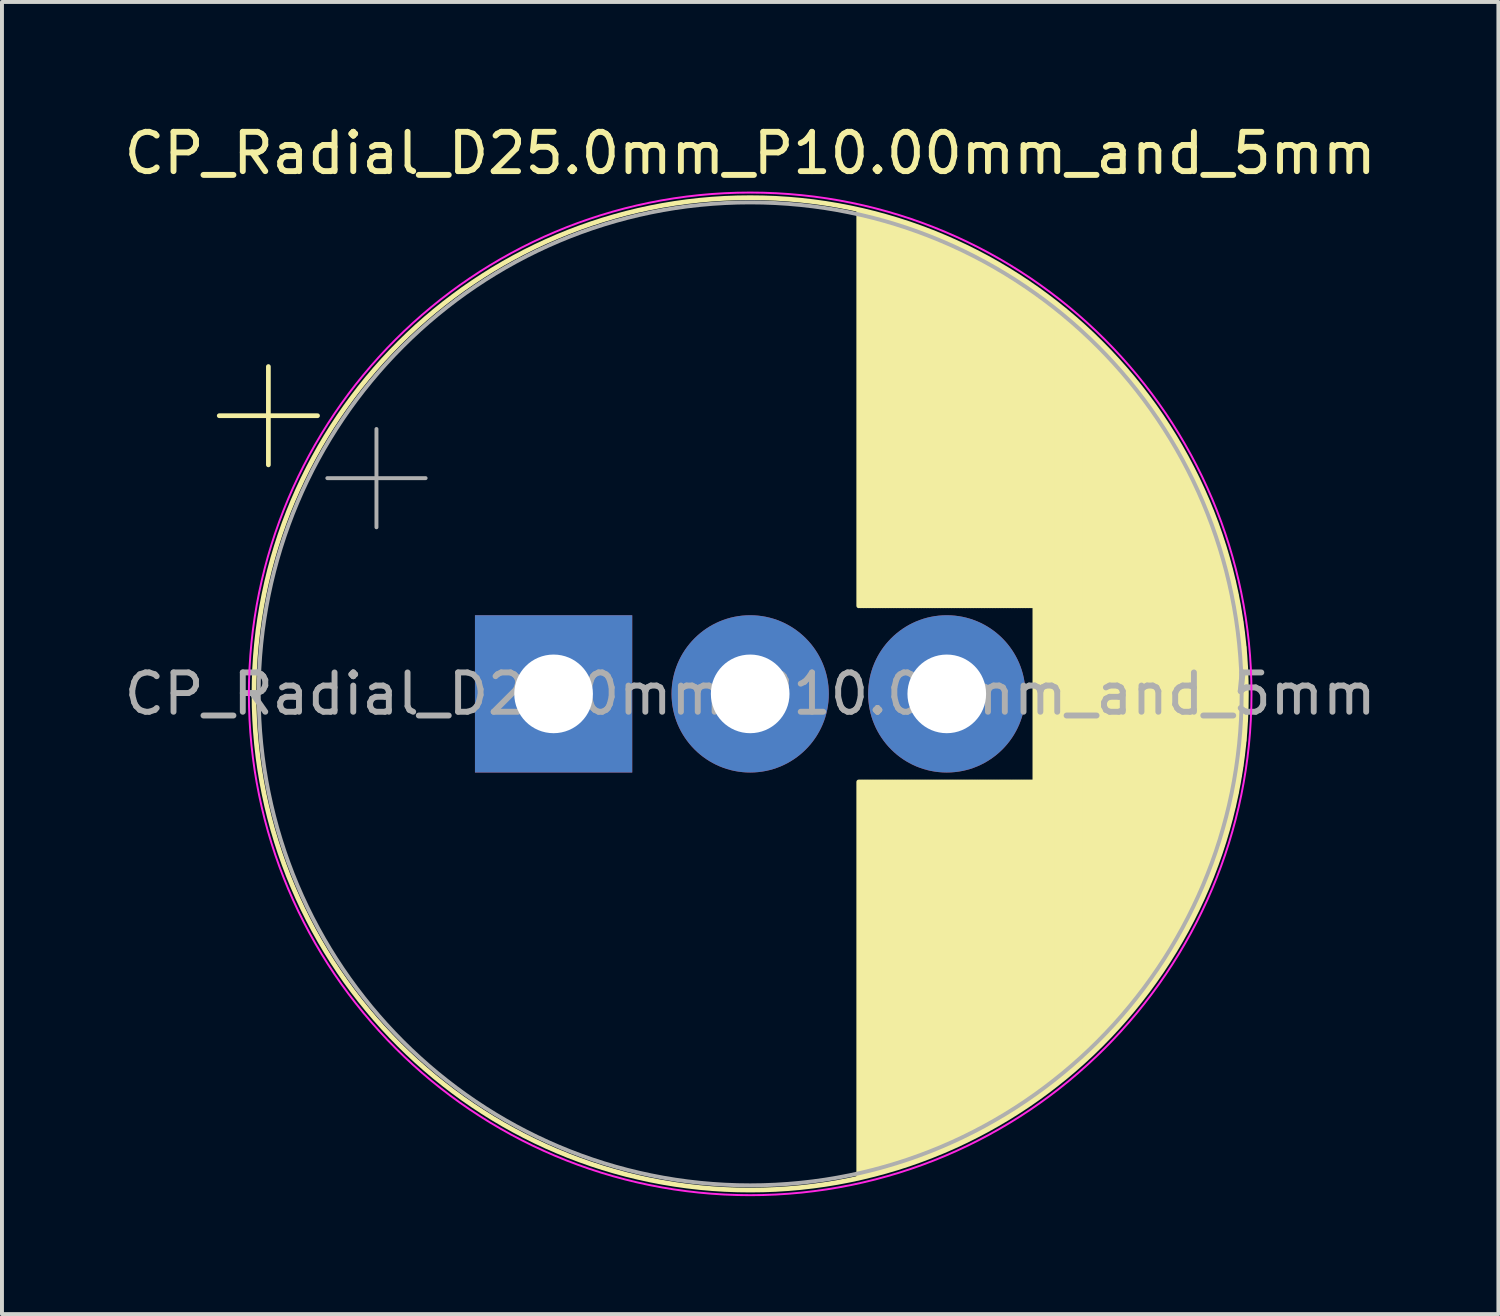
<source format=kicad_pcb>
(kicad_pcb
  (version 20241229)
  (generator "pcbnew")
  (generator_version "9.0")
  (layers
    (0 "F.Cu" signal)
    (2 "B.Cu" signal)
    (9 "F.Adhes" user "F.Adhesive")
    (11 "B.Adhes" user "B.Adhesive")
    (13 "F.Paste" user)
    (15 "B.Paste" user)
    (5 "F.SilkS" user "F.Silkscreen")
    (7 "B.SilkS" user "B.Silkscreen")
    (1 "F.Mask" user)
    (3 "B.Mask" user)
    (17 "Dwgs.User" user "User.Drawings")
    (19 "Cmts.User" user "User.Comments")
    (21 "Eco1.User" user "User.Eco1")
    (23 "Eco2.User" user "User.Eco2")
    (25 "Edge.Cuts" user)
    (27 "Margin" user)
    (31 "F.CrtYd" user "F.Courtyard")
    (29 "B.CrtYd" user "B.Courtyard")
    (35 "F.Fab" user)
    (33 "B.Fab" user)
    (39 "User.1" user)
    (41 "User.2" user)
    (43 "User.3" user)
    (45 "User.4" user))
  (footprint "CP_Radial_D25.0mm_P10.00mm_and_5mm"
    (layer "F.Cu")
    (at 11.03 14.598)
    (property "Reference" "CP_Radial_D25.0mm_P10.00mm_and_5mm" (at 5 -13.75 0) (layer "F.SilkS") (effects (font (size 1 1) (thickness 0.15))))
    (attr through_hole)
    (fp_line (start -8.504 -7.075) (end -6.004 -7.075) (stroke (width 0.12) (type solid)) (layer "F.SilkS"))
    (fp_line (start -7.254 -8.325) (end -7.254 -5.825) (stroke (width 0.12) (type solid)) (layer "F.SilkS"))
    (fp_line (start 7.761 -12.275) (end 7.761 -2.24) (stroke (width 0.12) (type solid)) (layer "F.SilkS"))
    (fp_line (start 7.761 2.24) (end 7.761 12.275) (stroke (width 0.12) (type solid)) (layer "F.SilkS"))
    (fp_line (start 7.801 -12.266) (end 7.801 -2.24) (stroke (width 0.12) (type solid)) (layer "F.SilkS"))
    (fp_line (start 7.801 2.24) (end 7.801 12.266) (stroke (width 0.12) (type solid)) (layer "F.SilkS"))
    (fp_line (start 7.841 -12.257) (end 7.841 -2.24) (stroke (width 0.12) (type solid)) (layer "F.SilkS"))
    (fp_line (start 7.841 2.24) (end 7.841 12.257) (stroke (width 0.12) (type solid)) (layer "F.SilkS"))
    (fp_line (start 7.881 -12.247) (end 7.881 -2.24) (stroke (width 0.12) (type solid)) (layer "F.SilkS"))
    (fp_line (start 7.881 2.24) (end 7.881 12.247) (stroke (width 0.12) (type solid)) (layer "F.SilkS"))
    (fp_line (start 7.921 -12.238) (end 7.921 -2.24) (stroke (width 0.12) (type solid)) (layer "F.SilkS"))
    (fp_line (start 7.921 2.24) (end 7.921 12.238) (stroke (width 0.12) (type solid)) (layer "F.SilkS"))
    (fp_line (start 7.961 -12.228) (end 7.961 -2.24) (stroke (width 0.12) (type solid)) (layer "F.SilkS"))
    (fp_line (start 7.961 2.24) (end 7.961 12.228) (stroke (width 0.12) (type solid)) (layer "F.SilkS"))
    (fp_line (start 8.001 -12.219) (end 8.001 -2.24) (stroke (width 0.12) (type solid)) (layer "F.SilkS"))
    (fp_line (start 8.001 2.24) (end 8.001 12.219) (stroke (width 0.12) (type solid)) (layer "F.SilkS"))
    (fp_line (start 8.041 -12.209) (end 8.041 -2.24) (stroke (width 0.12) (type solid)) (layer "F.SilkS"))
    (fp_line (start 8.041 2.24) (end 8.041 12.209) (stroke (width 0.12) (type solid)) (layer "F.SilkS"))
    (fp_line (start 8.081 -12.199) (end 8.081 -2.24) (stroke (width 0.12) (type solid)) (layer "F.SilkS"))
    (fp_line (start 8.081 2.24) (end 8.081 12.199) (stroke (width 0.12) (type solid)) (layer "F.SilkS"))
    (fp_line (start 8.121 -12.189) (end 8.121 -2.24) (stroke (width 0.12) (type solid)) (layer "F.SilkS"))
    (fp_line (start 8.121 2.24) (end 8.121 12.189) (stroke (width 0.12) (type solid)) (layer "F.SilkS"))
    (fp_line (start 8.161 -12.178) (end 8.161 -2.24) (stroke (width 0.12) (type solid)) (layer "F.SilkS"))
    (fp_line (start 8.161 2.24) (end 8.161 12.178) (stroke (width 0.12) (type solid)) (layer "F.SilkS"))
    (fp_line (start 8.201 -12.168) (end 8.201 -2.24) (stroke (width 0.12) (type solid)) (layer "F.SilkS"))
    (fp_line (start 8.201 2.24) (end 8.201 12.168) (stroke (width 0.12) (type solid)) (layer "F.SilkS"))
    (fp_line (start 8.241 -12.157) (end 8.241 -2.24) (stroke (width 0.12) (type solid)) (layer "F.SilkS"))
    (fp_line (start 8.241 2.24) (end 8.241 12.157) (stroke (width 0.12) (type solid)) (layer "F.SilkS"))
    (fp_line (start 8.281 -12.147) (end 8.281 -2.24) (stroke (width 0.12) (type solid)) (layer "F.SilkS"))
    (fp_line (start 8.281 2.24) (end 8.281 12.147) (stroke (width 0.12) (type solid)) (layer "F.SilkS"))
    (fp_line (start 8.321 -12.136) (end 8.321 -2.24) (stroke (width 0.12) (type solid)) (layer "F.SilkS"))
    (fp_line (start 8.321 2.24) (end 8.321 12.136) (stroke (width 0.12) (type solid)) (layer "F.SilkS"))
    (fp_line (start 8.361 -12.125) (end 8.361 -2.24) (stroke (width 0.12) (type solid)) (layer "F.SilkS"))
    (fp_line (start 8.361 2.24) (end 8.361 12.125) (stroke (width 0.12) (type solid)) (layer "F.SilkS"))
    (fp_line (start 8.401 -12.114) (end 8.401 -2.24) (stroke (width 0.12) (type solid)) (layer "F.SilkS"))
    (fp_line (start 8.401 2.24) (end 8.401 12.114) (stroke (width 0.12) (type solid)) (layer "F.SilkS"))
    (fp_line (start 8.441 -12.103) (end 8.441 -2.24) (stroke (width 0.12) (type solid)) (layer "F.SilkS"))
    (fp_line (start 8.441 2.24) (end 8.441 12.103) (stroke (width 0.12) (type solid)) (layer "F.SilkS"))
    (fp_line (start 8.481 -12.091) (end 8.481 -2.24) (stroke (width 0.12) (type solid)) (layer "F.SilkS"))
    (fp_line (start 8.481 2.24) (end 8.481 12.091) (stroke (width 0.12) (type solid)) (layer "F.SilkS"))
    (fp_line (start 8.521 -12.08) (end 8.521 -2.24) (stroke (width 0.12) (type solid)) (layer "F.SilkS"))
    (fp_line (start 8.521 2.24) (end 8.521 12.08) (stroke (width 0.12) (type solid)) (layer "F.SilkS"))
    (fp_line (start 8.561 -12.068) (end 8.561 -2.24) (stroke (width 0.12) (type solid)) (layer "F.SilkS"))
    (fp_line (start 8.561 2.24) (end 8.561 12.068) (stroke (width 0.12) (type solid)) (layer "F.SilkS"))
    (fp_line (start 8.601 -12.056) (end 8.601 -2.24) (stroke (width 0.12) (type solid)) (layer "F.SilkS"))
    (fp_line (start 8.601 2.24) (end 8.601 12.056) (stroke (width 0.12) (type solid)) (layer "F.SilkS"))
    (fp_line (start 8.641 -12.044) (end 8.641 -2.24) (stroke (width 0.12) (type solid)) (layer "F.SilkS"))
    (fp_line (start 8.641 2.24) (end 8.641 12.044) (stroke (width 0.12) (type solid)) (layer "F.SilkS"))
    (fp_line (start 8.681 -12.032) (end 8.681 -2.24) (stroke (width 0.12) (type solid)) (layer "F.SilkS"))
    (fp_line (start 8.681 2.24) (end 8.681 12.032) (stroke (width 0.12) (type solid)) (layer "F.SilkS"))
    (fp_line (start 8.721 -12.02) (end 8.721 -2.24) (stroke (width 0.12) (type solid)) (layer "F.SilkS"))
    (fp_line (start 8.721 2.24) (end 8.721 12.02) (stroke (width 0.12) (type solid)) (layer "F.SilkS"))
    (fp_line (start 8.761 -12.007) (end 8.761 -2.24) (stroke (width 0.12) (type solid)) (layer "F.SilkS"))
    (fp_line (start 8.761 2.24) (end 8.761 12.007) (stroke (width 0.12) (type solid)) (layer "F.SilkS"))
    (fp_line (start 8.801 -11.995) (end 8.801 -2.24) (stroke (width 0.12) (type solid)) (layer "F.SilkS"))
    (fp_line (start 8.801 2.24) (end 8.801 11.995) (stroke (width 0.12) (type solid)) (layer "F.SilkS"))
    (fp_line (start 8.841 -11.982) (end 8.841 -2.24) (stroke (width 0.12) (type solid)) (layer "F.SilkS"))
    (fp_line (start 8.841 2.24) (end 8.841 11.982) (stroke (width 0.12) (type solid)) (layer "F.SilkS"))
    (fp_line (start 8.881 -11.969) (end 8.881 -2.24) (stroke (width 0.12) (type solid)) (layer "F.SilkS"))
    (fp_line (start 8.881 2.24) (end 8.881 11.969) (stroke (width 0.12) (type solid)) (layer "F.SilkS"))
    (fp_line (start 8.921 -11.956) (end 8.921 -2.24) (stroke (width 0.12) (type solid)) (layer "F.SilkS"))
    (fp_line (start 8.921 2.24) (end 8.921 11.956) (stroke (width 0.12) (type solid)) (layer "F.SilkS"))
    (fp_line (start 8.961 -11.943) (end 8.961 -2.24) (stroke (width 0.12) (type solid)) (layer "F.SilkS"))
    (fp_line (start 8.961 2.24) (end 8.961 11.943) (stroke (width 0.12) (type solid)) (layer "F.SilkS"))
    (fp_line (start 9.001 -11.93) (end 9.001 -2.24) (stroke (width 0.12) (type solid)) (layer "F.SilkS"))
    (fp_line (start 9.001 2.24) (end 9.001 11.93) (stroke (width 0.12) (type solid)) (layer "F.SilkS"))
    (fp_line (start 9.041 -11.916) (end 9.041 -2.24) (stroke (width 0.12) (type solid)) (layer "F.SilkS"))
    (fp_line (start 9.041 2.24) (end 9.041 11.916) (stroke (width 0.12) (type solid)) (layer "F.SilkS"))
    (fp_line (start 9.081 -11.903) (end 9.081 -2.24) (stroke (width 0.12) (type solid)) (layer "F.SilkS"))
    (fp_line (start 9.081 2.24) (end 9.081 11.903) (stroke (width 0.12) (type solid)) (layer "F.SilkS"))
    (fp_line (start 9.121 -11.889) (end 9.121 -2.24) (stroke (width 0.12) (type solid)) (layer "F.SilkS"))
    (fp_line (start 9.121 2.24) (end 9.121 11.889) (stroke (width 0.12) (type solid)) (layer "F.SilkS"))
    (fp_line (start 9.161 -11.875) (end 9.161 -2.24) (stroke (width 0.12) (type solid)) (layer "F.SilkS"))
    (fp_line (start 9.161 2.24) (end 9.161 11.875) (stroke (width 0.12) (type solid)) (layer "F.SilkS"))
    (fp_line (start 9.201 -11.861) (end 9.201 -2.24) (stroke (width 0.12) (type solid)) (layer "F.SilkS"))
    (fp_line (start 9.201 2.24) (end 9.201 11.861) (stroke (width 0.12) (type solid)) (layer "F.SilkS"))
    (fp_line (start 9.241 -11.847) (end 9.241 -2.24) (stroke (width 0.12) (type solid)) (layer "F.SilkS"))
    (fp_line (start 9.241 2.24) (end 9.241 11.847) (stroke (width 0.12) (type solid)) (layer "F.SilkS"))
    (fp_line (start 9.281 -11.833) (end 9.281 -2.24) (stroke (width 0.12) (type solid)) (layer "F.SilkS"))
    (fp_line (start 9.281 2.24) (end 9.281 11.833) (stroke (width 0.12) (type solid)) (layer "F.SilkS"))
    (fp_line (start 9.321 -11.818) (end 9.321 -2.24) (stroke (width 0.12) (type solid)) (layer "F.SilkS"))
    (fp_line (start 9.321 2.24) (end 9.321 11.818) (stroke (width 0.12) (type solid)) (layer "F.SilkS"))
    (fp_line (start 9.361 -11.803) (end 9.361 -2.24) (stroke (width 0.12) (type solid)) (layer "F.SilkS"))
    (fp_line (start 9.361 2.24) (end 9.361 11.803) (stroke (width 0.12) (type solid)) (layer "F.SilkS"))
    (fp_line (start 9.401 -11.789) (end 9.401 -2.24) (stroke (width 0.12) (type solid)) (layer "F.SilkS"))
    (fp_line (start 9.401 2.24) (end 9.401 11.789) (stroke (width 0.12) (type solid)) (layer "F.SilkS"))
    (fp_line (start 9.441 -11.774) (end 9.441 -2.24) (stroke (width 0.12) (type solid)) (layer "F.SilkS"))
    (fp_line (start 9.441 2.24) (end 9.441 11.774) (stroke (width 0.12) (type solid)) (layer "F.SilkS"))
    (fp_line (start 9.481 -11.759) (end 9.481 -2.24) (stroke (width 0.12) (type solid)) (layer "F.SilkS"))
    (fp_line (start 9.481 2.24) (end 9.481 11.759) (stroke (width 0.12) (type solid)) (layer "F.SilkS"))
    (fp_line (start 9.521 -11.743) (end 9.521 -2.24) (stroke (width 0.12) (type solid)) (layer "F.SilkS"))
    (fp_line (start 9.521 2.24) (end 9.521 11.743) (stroke (width 0.12) (type solid)) (layer "F.SilkS"))
    (fp_line (start 9.561 -11.728) (end 9.561 -2.24) (stroke (width 0.12) (type solid)) (layer "F.SilkS"))
    (fp_line (start 9.561 2.24) (end 9.561 11.728) (stroke (width 0.12) (type solid)) (layer "F.SilkS"))
    (fp_line (start 9.601 -11.712) (end 9.601 -2.24) (stroke (width 0.12) (type solid)) (layer "F.SilkS"))
    (fp_line (start 9.601 2.24) (end 9.601 11.712) (stroke (width 0.12) (type solid)) (layer "F.SilkS"))
    (fp_line (start 9.641 -11.697) (end 9.641 -2.24) (stroke (width 0.12) (type solid)) (layer "F.SilkS"))
    (fp_line (start 9.641 2.24) (end 9.641 11.697) (stroke (width 0.12) (type solid)) (layer "F.SilkS"))
    (fp_line (start 9.681 -11.681) (end 9.681 -2.24) (stroke (width 0.12) (type solid)) (layer "F.SilkS"))
    (fp_line (start 9.681 2.24) (end 9.681 11.681) (stroke (width 0.12) (type solid)) (layer "F.SilkS"))
    (fp_line (start 9.721 -11.665) (end 9.721 -2.24) (stroke (width 0.12) (type solid)) (layer "F.SilkS"))
    (fp_line (start 9.721 2.24) (end 9.721 11.665) (stroke (width 0.12) (type solid)) (layer "F.SilkS"))
    (fp_line (start 9.761 -11.648) (end 9.761 -2.24) (stroke (width 0.12) (type solid)) (layer "F.SilkS"))
    (fp_line (start 9.761 2.24) (end 9.761 11.648) (stroke (width 0.12) (type solid)) (layer "F.SilkS"))
    (fp_line (start 9.801 -11.632) (end 9.801 -2.24) (stroke (width 0.12) (type solid)) (layer "F.SilkS"))
    (fp_line (start 9.801 2.24) (end 9.801 11.632) (stroke (width 0.12) (type solid)) (layer "F.SilkS"))
    (fp_line (start 9.841 -11.615) (end 9.841 -2.24) (stroke (width 0.12) (type solid)) (layer "F.SilkS"))
    (fp_line (start 9.841 2.24) (end 9.841 11.615) (stroke (width 0.12) (type solid)) (layer "F.SilkS"))
    (fp_line (start 9.881 -11.599) (end 9.881 -2.24) (stroke (width 0.12) (type solid)) (layer "F.SilkS"))
    (fp_line (start 9.881 2.24) (end 9.881 11.599) (stroke (width 0.12) (type solid)) (layer "F.SilkS"))
    (fp_line (start 9.921 -11.582) (end 9.921 -2.24) (stroke (width 0.12) (type solid)) (layer "F.SilkS"))
    (fp_line (start 9.921 2.24) (end 9.921 11.582) (stroke (width 0.12) (type solid)) (layer "F.SilkS"))
    (fp_line (start 9.961 -11.565) (end 9.961 -2.24) (stroke (width 0.12) (type solid)) (layer "F.SilkS"))
    (fp_line (start 9.961 2.24) (end 9.961 11.565) (stroke (width 0.12) (type solid)) (layer "F.SilkS"))
    (fp_line (start 10.001 -11.548) (end 10.001 -2.24) (stroke (width 0.12) (type solid)) (layer "F.SilkS"))
    (fp_line (start 10.001 2.24) (end 10.001 11.548) (stroke (width 0.12) (type solid)) (layer "F.SilkS"))
    (fp_line (start 10.041 -11.53) (end 10.041 -2.24) (stroke (width 0.12) (type solid)) (layer "F.SilkS"))
    (fp_line (start 10.041 2.24) (end 10.041 11.53) (stroke (width 0.12) (type solid)) (layer "F.SilkS"))
    (fp_line (start 10.081 -11.513) (end 10.081 -2.24) (stroke (width 0.12) (type solid)) (layer "F.SilkS"))
    (fp_line (start 10.081 2.24) (end 10.081 11.513) (stroke (width 0.12) (type solid)) (layer "F.SilkS"))
    (fp_line (start 10.121 -11.495) (end 10.121 -2.24) (stroke (width 0.12) (type solid)) (layer "F.SilkS"))
    (fp_line (start 10.121 2.24) (end 10.121 11.495) (stroke (width 0.12) (type solid)) (layer "F.SilkS"))
    (fp_line (start 10.161 -11.477) (end 10.161 -2.24) (stroke (width 0.12) (type solid)) (layer "F.SilkS"))
    (fp_line (start 10.161 2.24) (end 10.161 11.477) (stroke (width 0.12) (type solid)) (layer "F.SilkS"))
    (fp_line (start 10.201 -11.459) (end 10.201 -2.24) (stroke (width 0.12) (type solid)) (layer "F.SilkS"))
    (fp_line (start 10.201 2.24) (end 10.201 11.459) (stroke (width 0.12) (type solid)) (layer "F.SilkS"))
    (fp_line (start 10.241 -11.441) (end 10.241 -2.24) (stroke (width 0.12) (type solid)) (layer "F.SilkS"))
    (fp_line (start 10.241 2.24) (end 10.241 11.441) (stroke (width 0.12) (type solid)) (layer "F.SilkS"))
    (fp_line (start 10.281 -11.423) (end 10.281 -2.24) (stroke (width 0.12) (type solid)) (layer "F.SilkS"))
    (fp_line (start 10.281 2.24) (end 10.281 11.423) (stroke (width 0.12) (type solid)) (layer "F.SilkS"))
    (fp_line (start 10.321 -11.404) (end 10.321 -2.24) (stroke (width 0.12) (type solid)) (layer "F.SilkS"))
    (fp_line (start 10.321 2.24) (end 10.321 11.404) (stroke (width 0.12) (type solid)) (layer "F.SilkS"))
    (fp_line (start 10.361 -11.386) (end 10.361 -2.24) (stroke (width 0.12) (type solid)) (layer "F.SilkS"))
    (fp_line (start 10.361 2.24) (end 10.361 11.386) (stroke (width 0.12) (type solid)) (layer "F.SilkS"))
    (fp_line (start 10.401 -11.367) (end 10.401 -2.24) (stroke (width 0.12) (type solid)) (layer "F.SilkS"))
    (fp_line (start 10.401 2.24) (end 10.401 11.367) (stroke (width 0.12) (type solid)) (layer "F.SilkS"))
    (fp_line (start 10.441 -11.348) (end 10.441 -2.24) (stroke (width 0.12) (type solid)) (layer "F.SilkS"))
    (fp_line (start 10.441 2.24) (end 10.441 11.348) (stroke (width 0.12) (type solid)) (layer "F.SilkS"))
    (fp_line (start 10.481 -11.329) (end 10.481 -2.24) (stroke (width 0.12) (type solid)) (layer "F.SilkS"))
    (fp_line (start 10.481 2.24) (end 10.481 11.329) (stroke (width 0.12) (type solid)) (layer "F.SilkS"))
    (fp_line (start 10.521 -11.309) (end 10.521 -2.24) (stroke (width 0.12) (type solid)) (layer "F.SilkS"))
    (fp_line (start 10.521 2.24) (end 10.521 11.309) (stroke (width 0.12) (type solid)) (layer "F.SilkS"))
    (fp_line (start 10.561 -11.29) (end 10.561 -2.24) (stroke (width 0.12) (type solid)) (layer "F.SilkS"))
    (fp_line (start 10.561 2.24) (end 10.561 11.29) (stroke (width 0.12) (type solid)) (layer "F.SilkS"))
    (fp_line (start 10.601 -11.27) (end 10.601 -2.24) (stroke (width 0.12) (type solid)) (layer "F.SilkS"))
    (fp_line (start 10.601 2.24) (end 10.601 11.27) (stroke (width 0.12) (type solid)) (layer "F.SilkS"))
    (fp_line (start 10.641 -11.25) (end 10.641 -2.24) (stroke (width 0.12) (type solid)) (layer "F.SilkS"))
    (fp_line (start 10.641 2.24) (end 10.641 11.25) (stroke (width 0.12) (type solid)) (layer "F.SilkS"))
    (fp_line (start 10.681 -11.23) (end 10.681 -2.24) (stroke (width 0.12) (type solid)) (layer "F.SilkS"))
    (fp_line (start 10.681 2.24) (end 10.681 11.23) (stroke (width 0.12) (type solid)) (layer "F.SilkS"))
    (fp_line (start 10.721 -11.21) (end 10.721 -2.24) (stroke (width 0.12) (type solid)) (layer "F.SilkS"))
    (fp_line (start 10.721 2.24) (end 10.721 11.21) (stroke (width 0.12) (type solid)) (layer "F.SilkS"))
    (fp_line (start 10.761 -11.189) (end 10.761 -2.24) (stroke (width 0.12) (type solid)) (layer "F.SilkS"))
    (fp_line (start 10.761 2.24) (end 10.761 11.189) (stroke (width 0.12) (type solid)) (layer "F.SilkS"))
    (fp_line (start 10.801 -11.169) (end 10.801 -2.24) (stroke (width 0.12) (type solid)) (layer "F.SilkS"))
    (fp_line (start 10.801 2.24) (end 10.801 11.169) (stroke (width 0.12) (type solid)) (layer "F.SilkS"))
    (fp_line (start 10.841 -11.148) (end 10.841 -2.24) (stroke (width 0.12) (type solid)) (layer "F.SilkS"))
    (fp_line (start 10.841 2.24) (end 10.841 11.148) (stroke (width 0.12) (type solid)) (layer "F.SilkS"))
    (fp_line (start 10.881 -11.127) (end 10.881 -2.24) (stroke (width 0.12) (type solid)) (layer "F.SilkS"))
    (fp_line (start 10.881 2.24) (end 10.881 11.127) (stroke (width 0.12) (type solid)) (layer "F.SilkS"))
    (fp_line (start 10.921 -11.106) (end 10.921 -2.24) (stroke (width 0.12) (type solid)) (layer "F.SilkS"))
    (fp_line (start 10.921 2.24) (end 10.921 11.106) (stroke (width 0.12) (type solid)) (layer "F.SilkS"))
    (fp_line (start 10.961 -11.084) (end 10.961 -2.24) (stroke (width 0.12) (type solid)) (layer "F.SilkS"))
    (fp_line (start 10.961 2.24) (end 10.961 11.084) (stroke (width 0.12) (type solid)) (layer "F.SilkS"))
    (fp_line (start 11.001 -11.063) (end 11.001 -2.24) (stroke (width 0.12) (type solid)) (layer "F.SilkS"))
    (fp_line (start 11.001 2.24) (end 11.001 11.063) (stroke (width 0.12) (type solid)) (layer "F.SilkS"))
    (fp_line (start 11.041 -11.041) (end 11.041 -2.24) (stroke (width 0.12) (type solid)) (layer "F.SilkS"))
    (fp_line (start 11.041 2.24) (end 11.041 11.041) (stroke (width 0.12) (type solid)) (layer "F.SilkS"))
    (fp_line (start 11.081 -11.019) (end 11.081 -2.24) (stroke (width 0.12) (type solid)) (layer "F.SilkS"))
    (fp_line (start 11.081 2.24) (end 11.081 11.019) (stroke (width 0.12) (type solid)) (layer "F.SilkS"))
    (fp_line (start 11.121 -10.997) (end 11.121 -2.24) (stroke (width 0.12) (type solid)) (layer "F.SilkS"))
    (fp_line (start 11.121 2.24) (end 11.121 10.997) (stroke (width 0.12) (type solid)) (layer "F.SilkS"))
    (fp_line (start 11.161 -10.975) (end 11.161 -2.24) (stroke (width 0.12) (type solid)) (layer "F.SilkS"))
    (fp_line (start 11.161 2.24) (end 11.161 10.975) (stroke (width 0.12) (type solid)) (layer "F.SilkS"))
    (fp_line (start 11.201 -10.953) (end 11.201 -2.24) (stroke (width 0.12) (type solid)) (layer "F.SilkS"))
    (fp_line (start 11.201 2.24) (end 11.201 10.953) (stroke (width 0.12) (type solid)) (layer "F.SilkS"))
    (fp_line (start 11.241 -10.93) (end 11.241 -2.24) (stroke (width 0.12) (type solid)) (layer "F.SilkS"))
    (fp_line (start 11.241 2.24) (end 11.241 10.93) (stroke (width 0.12) (type solid)) (layer "F.SilkS"))
    (fp_line (start 11.281 -10.907) (end 11.281 -2.24) (stroke (width 0.12) (type solid)) (layer "F.SilkS"))
    (fp_line (start 11.281 2.24) (end 11.281 10.907) (stroke (width 0.12) (type solid)) (layer "F.SilkS"))
    (fp_line (start 11.321 -10.884) (end 11.321 -2.24) (stroke (width 0.12) (type solid)) (layer "F.SilkS"))
    (fp_line (start 11.321 2.24) (end 11.321 10.884) (stroke (width 0.12) (type solid)) (layer "F.SilkS"))
    (fp_line (start 11.361 -10.861) (end 11.361 -2.24) (stroke (width 0.12) (type solid)) (layer "F.SilkS"))
    (fp_line (start 11.361 2.24) (end 11.361 10.861) (stroke (width 0.12) (type solid)) (layer "F.SilkS"))
    (fp_line (start 11.401 -10.837) (end 11.401 -2.24) (stroke (width 0.12) (type solid)) (layer "F.SilkS"))
    (fp_line (start 11.401 2.24) (end 11.401 10.837) (stroke (width 0.12) (type solid)) (layer "F.SilkS"))
    (fp_line (start 11.441 -10.814) (end 11.441 -2.24) (stroke (width 0.12) (type solid)) (layer "F.SilkS"))
    (fp_line (start 11.441 2.24) (end 11.441 10.814) (stroke (width 0.12) (type solid)) (layer "F.SilkS"))
    (fp_line (start 11.481 -10.79) (end 11.481 -2.24) (stroke (width 0.12) (type solid)) (layer "F.SilkS"))
    (fp_line (start 11.481 2.24) (end 11.481 10.79) (stroke (width 0.12) (type solid)) (layer "F.SilkS"))
    (fp_line (start 11.521 -10.766) (end 11.521 -2.24) (stroke (width 0.12) (type solid)) (layer "F.SilkS"))
    (fp_line (start 11.521 2.24) (end 11.521 10.766) (stroke (width 0.12) (type solid)) (layer "F.SilkS"))
    (fp_line (start 11.561 -10.742) (end 11.561 -2.24) (stroke (width 0.12) (type solid)) (layer "F.SilkS"))
    (fp_line (start 11.561 2.24) (end 11.561 10.742) (stroke (width 0.12) (type solid)) (layer "F.SilkS"))
    (fp_line (start 11.601 -10.717) (end 11.601 -2.24) (stroke (width 0.12) (type solid)) (layer "F.SilkS"))
    (fp_line (start 11.601 2.24) (end 11.601 10.717) (stroke (width 0.12) (type solid)) (layer "F.SilkS"))
    (fp_line (start 11.641 -10.692) (end 11.641 -2.24) (stroke (width 0.12) (type solid)) (layer "F.SilkS"))
    (fp_line (start 11.641 2.24) (end 11.641 10.692) (stroke (width 0.12) (type solid)) (layer "F.SilkS"))
    (fp_line (start 11.681 -10.668) (end 11.681 -2.24) (stroke (width 0.12) (type solid)) (layer "F.SilkS"))
    (fp_line (start 11.681 2.24) (end 11.681 10.668) (stroke (width 0.12) (type solid)) (layer "F.SilkS"))
    (fp_line (start 11.721 -10.643) (end 11.721 -2.24) (stroke (width 0.12) (type solid)) (layer "F.SilkS"))
    (fp_line (start 11.721 2.24) (end 11.721 10.643) (stroke (width 0.12) (type solid)) (layer "F.SilkS"))
    (fp_line (start 11.761 -10.617) (end 11.761 -2.24) (stroke (width 0.12) (type solid)) (layer "F.SilkS"))
    (fp_line (start 11.761 2.24) (end 11.761 10.617) (stroke (width 0.12) (type solid)) (layer "F.SilkS"))
    (fp_line (start 11.801 -10.592) (end 11.801 -2.24) (stroke (width 0.12) (type solid)) (layer "F.SilkS"))
    (fp_line (start 11.801 2.24) (end 11.801 10.592) (stroke (width 0.12) (type solid)) (layer "F.SilkS"))
    (fp_line (start 11.841 -10.566) (end 11.841 -2.24) (stroke (width 0.12) (type solid)) (layer "F.SilkS"))
    (fp_line (start 11.841 2.24) (end 11.841 10.566) (stroke (width 0.12) (type solid)) (layer "F.SilkS"))
    (fp_line (start 11.881 -10.54) (end 11.881 -2.24) (stroke (width 0.12) (type solid)) (layer "F.SilkS"))
    (fp_line (start 11.881 2.24) (end 11.881 10.54) (stroke (width 0.12) (type solid)) (layer "F.SilkS"))
    (fp_line (start 11.921 -10.514) (end 11.921 -2.24) (stroke (width 0.12) (type solid)) (layer "F.SilkS"))
    (fp_line (start 11.921 2.24) (end 11.921 10.514) (stroke (width 0.12) (type solid)) (layer "F.SilkS"))
    (fp_line (start 11.961 -10.488) (end 11.961 -2.24) (stroke (width 0.12) (type solid)) (layer "F.SilkS"))
    (fp_line (start 11.961 2.24) (end 11.961 10.488) (stroke (width 0.12) (type solid)) (layer "F.SilkS"))
    (fp_line (start 12.001 -10.461) (end 12.001 -2.24) (stroke (width 0.12) (type solid)) (layer "F.SilkS"))
    (fp_line (start 12.001 2.24) (end 12.001 10.461) (stroke (width 0.12) (type solid)) (layer "F.SilkS"))
    (fp_line (start 12.041 -10.434) (end 12.041 -2.24) (stroke (width 0.12) (type solid)) (layer "F.SilkS"))
    (fp_line (start 12.041 2.24) (end 12.041 10.434) (stroke (width 0.12) (type solid)) (layer "F.SilkS"))
    (fp_line (start 12.081 -10.407) (end 12.081 -2.24) (stroke (width 0.12) (type solid)) (layer "F.SilkS"))
    (fp_line (start 12.081 2.24) (end 12.081 10.407) (stroke (width 0.12) (type solid)) (layer "F.SilkS"))
    (fp_line (start 12.121 -10.38) (end 12.121 -2.24) (stroke (width 0.12) (type solid)) (layer "F.SilkS"))
    (fp_line (start 12.121 2.24) (end 12.121 10.38) (stroke (width 0.12) (type solid)) (layer "F.SilkS"))
    (fp_line (start 12.161 -10.353) (end 12.161 -2.24) (stroke (width 0.12) (type solid)) (layer "F.SilkS"))
    (fp_line (start 12.161 2.24) (end 12.161 10.353) (stroke (width 0.12) (type solid)) (layer "F.SilkS"))
    (fp_line (start 12.201 -10.325) (end 12.201 -2.24) (stroke (width 0.12) (type solid)) (layer "F.SilkS"))
    (fp_line (start 12.201 2.24) (end 12.201 10.325) (stroke (width 0.12) (type solid)) (layer "F.SilkS"))
    (fp_line (start 12.241 -10.297) (end 12.241 10.297) (stroke (width 0.12) (type solid)) (layer "F.SilkS"))
    (fp_line (start 12.281 -10.269) (end 12.281 10.269) (stroke (width 0.12) (type solid)) (layer "F.SilkS"))
    (fp_line (start 12.321 -10.241) (end 12.321 10.241) (stroke (width 0.12) (type solid)) (layer "F.SilkS"))
    (fp_line (start 12.361 -10.212) (end 12.361 10.212) (stroke (width 0.12) (type solid)) (layer "F.SilkS"))
    (fp_line (start 12.401 -10.183) (end 12.401 10.183) (stroke (width 0.12) (type solid)) (layer "F.SilkS"))
    (fp_line (start 12.441 -10.154) (end 12.441 10.154) (stroke (width 0.12) (type solid)) (layer "F.SilkS"))
    (fp_line (start 12.481 -10.125) (end 12.481 10.125) (stroke (width 0.12) (type solid)) (layer "F.SilkS"))
    (fp_line (start 12.521 -10.095) (end 12.521 10.095) (stroke (width 0.12) (type solid)) (layer "F.SilkS"))
    (fp_line (start 12.561 -10.065) (end 12.561 10.065) (stroke (width 0.12) (type solid)) (layer "F.SilkS"))
    (fp_line (start 12.601 -10.035) (end 12.601 10.035) (stroke (width 0.12) (type solid)) (layer "F.SilkS"))
    (fp_line (start 12.641 -10.005) (end 12.641 10.005) (stroke (width 0.12) (type solid)) (layer "F.SilkS"))
    (fp_line (start 12.681 -9.975) (end 12.681 9.975) (stroke (width 0.12) (type solid)) (layer "F.SilkS"))
    (fp_line (start 12.721 -9.944) (end 12.721 9.944) (stroke (width 0.12) (type solid)) (layer "F.SilkS"))
    (fp_line (start 12.761 -9.913) (end 12.761 9.913) (stroke (width 0.12) (type solid)) (layer "F.SilkS"))
    (fp_line (start 12.801 -9.881) (end 12.801 9.881) (stroke (width 0.12) (type solid)) (layer "F.SilkS"))
    (fp_line (start 12.841 -9.85) (end 12.841 9.85) (stroke (width 0.12) (type solid)) (layer "F.SilkS"))
    (fp_line (start 12.881 -9.818) (end 12.881 9.818) (stroke (width 0.12) (type solid)) (layer "F.SilkS"))
    (fp_line (start 12.921 -9.786) (end 12.921 9.786) (stroke (width 0.12) (type solid)) (layer "F.SilkS"))
    (fp_line (start 12.961 -9.753) (end 12.961 9.753) (stroke (width 0.12) (type solid)) (layer "F.SilkS"))
    (fp_line (start 13.001 -9.721) (end 13.001 9.721) (stroke (width 0.12) (type solid)) (layer "F.SilkS"))
    (fp_line (start 13.041 -9.688) (end 13.041 9.688) (stroke (width 0.12) (type solid)) (layer "F.SilkS"))
    (fp_line (start 13.081 -9.655) (end 13.081 9.655) (stroke (width 0.12) (type solid)) (layer "F.SilkS"))
    (fp_line (start 13.121 -9.621) (end 13.121 9.621) (stroke (width 0.12) (type solid)) (layer "F.SilkS"))
    (fp_line (start 13.161 -9.587) (end 13.161 9.587) (stroke (width 0.12) (type solid)) (layer "F.SilkS"))
    (fp_line (start 13.2 -9.553) (end 13.2 9.553) (stroke (width 0.12) (type solid)) (layer "F.SilkS"))
    (fp_line (start 13.24 -9.519) (end 13.24 9.519) (stroke (width 0.12) (type solid)) (layer "F.SilkS"))
    (fp_line (start 13.28 -9.484) (end 13.28 9.484) (stroke (width 0.12) (type solid)) (layer "F.SilkS"))
    (fp_line (start 13.32 -9.45) (end 13.32 9.45) (stroke (width 0.12) (type solid)) (layer "F.SilkS"))
    (fp_line (start 13.36 -9.414) (end 13.36 9.414) (stroke (width 0.12) (type solid)) (layer "F.SilkS"))
    (fp_line (start 13.4 -9.379) (end 13.4 9.379) (stroke (width 0.12) (type solid)) (layer "F.SilkS"))
    (fp_line (start 13.44 -9.343) (end 13.44 9.343) (stroke (width 0.12) (type solid)) (layer "F.SilkS"))
    (fp_line (start 13.48 -9.307) (end 13.48 9.307) (stroke (width 0.12) (type solid)) (layer "F.SilkS"))
    (fp_line (start 13.52 -9.27) (end 13.52 9.27) (stroke (width 0.12) (type solid)) (layer "F.SilkS"))
    (fp_line (start 13.56 -9.234) (end 13.56 9.234) (stroke (width 0.12) (type solid)) (layer "F.SilkS"))
    (fp_line (start 13.6 -9.197) (end 13.6 9.197) (stroke (width 0.12) (type solid)) (layer "F.SilkS"))
    (fp_line (start 13.64 -9.159) (end 13.64 9.159) (stroke (width 0.12) (type solid)) (layer "F.SilkS"))
    (fp_line (start 13.68 -9.121) (end 13.68 9.121) (stroke (width 0.12) (type solid)) (layer "F.SilkS"))
    (fp_line (start 13.72 -9.083) (end 13.72 9.083) (stroke (width 0.12) (type solid)) (layer "F.SilkS"))
    (fp_line (start 13.76 -9.045) (end 13.76 9.045) (stroke (width 0.12) (type solid)) (layer "F.SilkS"))
    (fp_line (start 13.8 -9.006) (end 13.8 9.006) (stroke (width 0.12) (type solid)) (layer "F.SilkS"))
    (fp_line (start 13.84 -8.967) (end 13.84 8.967) (stroke (width 0.12) (type solid)) (layer "F.SilkS"))
    (fp_line (start 13.88 -8.928) (end 13.88 8.928) (stroke (width 0.12) (type solid)) (layer "F.SilkS"))
    (fp_line (start 13.92 -8.888) (end 13.92 8.888) (stroke (width 0.12) (type solid)) (layer "F.SilkS"))
    (fp_line (start 13.96 -8.848) (end 13.96 8.848) (stroke (width 0.12) (type solid)) (layer "F.SilkS"))
    (fp_line (start 14 -8.807) (end 14 8.807) (stroke (width 0.12) (type solid)) (layer "F.SilkS"))
    (fp_line (start 14.04 -8.766) (end 14.04 8.766) (stroke (width 0.12) (type solid)) (layer "F.SilkS"))
    (fp_line (start 14.08 -8.725) (end 14.08 8.725) (stroke (width 0.12) (type solid)) (layer "F.SilkS"))
    (fp_line (start 14.12 -8.683) (end 14.12 8.683) (stroke (width 0.12) (type solid)) (layer "F.SilkS"))
    (fp_line (start 14.16 -8.641) (end 14.16 8.641) (stroke (width 0.12) (type solid)) (layer "F.SilkS"))
    (fp_line (start 14.2 -8.599) (end 14.2 8.599) (stroke (width 0.12) (type solid)) (layer "F.SilkS"))
    (fp_line (start 14.24 -8.556) (end 14.24 8.556) (stroke (width 0.12) (type solid)) (layer "F.SilkS"))
    (fp_line (start 14.28 -8.513) (end 14.28 8.513) (stroke (width 0.12) (type solid)) (layer "F.SilkS"))
    (fp_line (start 14.32 -8.469) (end 14.32 8.469) (stroke (width 0.12) (type solid)) (layer "F.SilkS"))
    (fp_line (start 14.36 -8.425) (end 14.36 8.425) (stroke (width 0.12) (type solid)) (layer "F.SilkS"))
    (fp_line (start 14.4 -8.381) (end 14.4 8.381) (stroke (width 0.12) (type solid)) (layer "F.SilkS"))
    (fp_line (start 14.44 -8.336) (end 14.44 8.336) (stroke (width 0.12) (type solid)) (layer "F.SilkS"))
    (fp_line (start 14.48 -8.291) (end 14.48 8.291) (stroke (width 0.12) (type solid)) (layer "F.SilkS"))
    (fp_line (start 14.52 -8.245) (end 14.52 8.245) (stroke (width 0.12) (type solid)) (layer "F.SilkS"))
    (fp_line (start 14.56 -8.199) (end 14.56 8.199) (stroke (width 0.12) (type solid)) (layer "F.SilkS"))
    (fp_line (start 14.6 -8.152) (end 14.6 8.152) (stroke (width 0.12) (type solid)) (layer "F.SilkS"))
    (fp_line (start 14.64 -8.105) (end 14.64 8.105) (stroke (width 0.12) (type solid)) (layer "F.SilkS"))
    (fp_line (start 14.68 -8.058) (end 14.68 8.058) (stroke (width 0.12) (type solid)) (layer "F.SilkS"))
    (fp_line (start 14.72 -8.009) (end 14.72 8.009) (stroke (width 0.12) (type solid)) (layer "F.SilkS"))
    (fp_line (start 14.76 -7.961) (end 14.76 7.961) (stroke (width 0.12) (type solid)) (layer "F.SilkS"))
    (fp_line (start 14.8 -7.912) (end 14.8 7.912) (stroke (width 0.12) (type solid)) (layer "F.SilkS"))
    (fp_line (start 14.84 -7.862) (end 14.84 7.862) (stroke (width 0.12) (type solid)) (layer "F.SilkS"))
    (fp_line (start 14.88 -7.812) (end 14.88 7.812) (stroke (width 0.12) (type solid)) (layer "F.SilkS"))
    (fp_line (start 14.92 -7.762) (end 14.92 7.762) (stroke (width 0.12) (type solid)) (layer "F.SilkS"))
    (fp_line (start 14.96 -7.711) (end 14.96 7.711) (stroke (width 0.12) (type solid)) (layer "F.SilkS"))
    (fp_line (start 15 -7.659) (end 15 7.659) (stroke (width 0.12) (type solid)) (layer "F.SilkS"))
    (fp_line (start 15.04 -7.607) (end 15.04 7.607) (stroke (width 0.12) (type solid)) (layer "F.SilkS"))
    (fp_line (start 15.08 -7.554) (end 15.08 7.554) (stroke (width 0.12) (type solid)) (layer "F.SilkS"))
    (fp_line (start 15.12 -7.5) (end 15.12 7.5) (stroke (width 0.12) (type solid)) (layer "F.SilkS"))
    (fp_line (start 15.16 -7.446) (end 15.16 7.446) (stroke (width 0.12) (type solid)) (layer "F.SilkS"))
    (fp_line (start 15.2 -7.392) (end 15.2 7.392) (stroke (width 0.12) (type solid)) (layer "F.SilkS"))
    (fp_line (start 15.24 -7.337) (end 15.24 7.337) (stroke (width 0.12) (type solid)) (layer "F.SilkS"))
    (fp_line (start 15.28 -7.281) (end 15.28 7.281) (stroke (width 0.12) (type solid)) (layer "F.SilkS"))
    (fp_line (start 15.32 -7.224) (end 15.32 7.224) (stroke (width 0.12) (type solid)) (layer "F.SilkS"))
    (fp_line (start 15.36 -7.167) (end 15.36 7.167) (stroke (width 0.12) (type solid)) (layer "F.SilkS"))
    (fp_line (start 15.4 -7.109) (end 15.4 7.109) (stroke (width 0.12) (type solid)) (layer "F.SilkS"))
    (fp_line (start 15.44 -7.051) (end 15.44 7.051) (stroke (width 0.12) (type solid)) (layer "F.SilkS"))
    (fp_line (start 15.48 -6.991) (end 15.48 6.991) (stroke (width 0.12) (type solid)) (layer "F.SilkS"))
    (fp_line (start 15.52 -6.931) (end 15.52 6.931) (stroke (width 0.12) (type solid)) (layer "F.SilkS"))
    (fp_line (start 15.56 -6.871) (end 15.56 6.871) (stroke (width 0.12) (type solid)) (layer "F.SilkS"))
    (fp_line (start 15.6 -6.809) (end 15.6 6.809) (stroke (width 0.12) (type solid)) (layer "F.SilkS"))
    (fp_line (start 15.64 -6.747) (end 15.64 6.747) (stroke (width 0.12) (type solid)) (layer "F.SilkS"))
    (fp_line (start 15.68 -6.684) (end 15.68 6.684) (stroke (width 0.12) (type solid)) (layer "F.SilkS"))
    (fp_line (start 15.72 -6.62) (end 15.72 6.62) (stroke (width 0.12) (type solid)) (layer "F.SilkS"))
    (fp_line (start 15.76 -6.555) (end 15.76 6.555) (stroke (width 0.12) (type solid)) (layer "F.SilkS"))
    (fp_line (start 15.8 -6.489) (end 15.8 6.489) (stroke (width 0.12) (type solid)) (layer "F.SilkS"))
    (fp_line (start 15.84 -6.423) (end 15.84 6.423) (stroke (width 0.12) (type solid)) (layer "F.SilkS"))
    (fp_line (start 15.88 -6.355) (end 15.88 6.355) (stroke (width 0.12) (type solid)) (layer "F.SilkS"))
    (fp_line (start 15.92 -6.286) (end 15.92 6.286) (stroke (width 0.12) (type solid)) (layer "F.SilkS"))
    (fp_line (start 15.96 -6.217) (end 15.96 6.217) (stroke (width 0.12) (type solid)) (layer "F.SilkS"))
    (fp_line (start 16 -6.146) (end 16 6.146) (stroke (width 0.12) (type solid)) (layer "F.SilkS"))
    (fp_line (start 16.04 -6.075) (end 16.04 6.075) (stroke (width 0.12) (type solid)) (layer "F.SilkS"))
    (fp_line (start 16.08 -6.002) (end 16.08 6.002) (stroke (width 0.12) (type solid)) (layer "F.SilkS"))
    (fp_line (start 16.12 -5.928) (end 16.12 5.928) (stroke (width 0.12) (type solid)) (layer "F.SilkS"))
    (fp_line (start 16.16 -5.853) (end 16.16 5.853) (stroke (width 0.12) (type solid)) (layer "F.SilkS"))
    (fp_line (start 16.2 -5.776) (end 16.2 5.776) (stroke (width 0.12) (type solid)) (layer "F.SilkS"))
    (fp_line (start 16.24 -5.699) (end 16.24 5.699) (stroke (width 0.12) (type solid)) (layer "F.SilkS"))
    (fp_line (start 16.28 -5.62) (end 16.28 5.62) (stroke (width 0.12) (type solid)) (layer "F.SilkS"))
    (fp_line (start 16.32 -5.539) (end 16.32 5.539) (stroke (width 0.12) (type solid)) (layer "F.SilkS"))
    (fp_line (start 16.36 -5.457) (end 16.36 5.457) (stroke (width 0.12) (type solid)) (layer "F.SilkS"))
    (fp_line (start 16.4 -5.374) (end 16.4 5.374) (stroke (width 0.12) (type solid)) (layer "F.SilkS"))
    (fp_line (start 16.44 -5.289) (end 16.44 5.289) (stroke (width 0.12) (type solid)) (layer "F.SilkS"))
    (fp_line (start 16.48 -5.202) (end 16.48 5.202) (stroke (width 0.12) (type solid)) (layer "F.SilkS"))
    (fp_line (start 16.52 -5.114) (end 16.52 5.114) (stroke (width 0.12) (type solid)) (layer "F.SilkS"))
    (fp_line (start 16.56 -5.023) (end 16.56 5.023) (stroke (width 0.12) (type solid)) (layer "F.SilkS"))
    (fp_line (start 16.6 -4.931) (end 16.6 4.931) (stroke (width 0.12) (type solid)) (layer "F.SilkS"))
    (fp_line (start 16.64 -4.836) (end 16.64 4.836) (stroke (width 0.12) (type solid)) (layer "F.SilkS"))
    (fp_line (start 16.68 -4.74) (end 16.68 4.74) (stroke (width 0.12) (type solid)) (layer "F.SilkS"))
    (fp_line (start 16.72 -4.641) (end 16.72 4.641) (stroke (width 0.12) (type solid)) (layer "F.SilkS"))
    (fp_line (start 16.76 -4.539) (end 16.76 4.539) (stroke (width 0.12) (type solid)) (layer "F.SilkS"))
    (fp_line (start 16.8 -4.435) (end 16.8 4.435) (stroke (width 0.12) (type solid)) (layer "F.SilkS"))
    (fp_line (start 16.84 -4.328) (end 16.84 4.328) (stroke (width 0.12) (type solid)) (layer "F.SilkS"))
    (fp_line (start 16.88 -4.218) (end 16.88 4.218) (stroke (width 0.12) (type solid)) (layer "F.SilkS"))
    (fp_line (start 16.92 -4.105) (end 16.92 4.105) (stroke (width 0.12) (type solid)) (layer "F.SilkS"))
    (fp_line (start 16.96 -3.988) (end 16.96 3.988) (stroke (width 0.12) (type solid)) (layer "F.SilkS"))
    (fp_line (start 17 -3.867) (end 17 3.867) (stroke (width 0.12) (type solid)) (layer "F.SilkS"))
    (fp_line (start 17.04 -3.742) (end 17.04 3.742) (stroke (width 0.12) (type solid)) (layer "F.SilkS"))
    (fp_line (start 17.08 -3.613) (end 17.08 3.613) (stroke (width 0.12) (type solid)) (layer "F.SilkS"))
    (fp_line (start 17.12 -3.478) (end 17.12 3.478) (stroke (width 0.12) (type solid)) (layer "F.SilkS"))
    (fp_line (start 17.16 -3.337) (end 17.16 3.337) (stroke (width 0.12) (type solid)) (layer "F.SilkS"))
    (fp_line (start 17.2 -3.189) (end 17.2 3.189) (stroke (width 0.12) (type solid)) (layer "F.SilkS"))
    (fp_line (start 17.24 -3.034) (end 17.24 3.034) (stroke (width 0.12) (type solid)) (layer "F.SilkS"))
    (fp_line (start 17.28 -2.87) (end 17.28 2.87) (stroke (width 0.12) (type solid)) (layer "F.SilkS"))
    (fp_line (start 17.32 -2.696) (end 17.32 2.696) (stroke (width 0.12) (type solid)) (layer "F.SilkS"))
    (fp_line (start 17.36 -2.509) (end 17.36 2.509) (stroke (width 0.12) (type solid)) (layer "F.SilkS"))
    (fp_line (start 17.4 -2.307) (end 17.4 2.307) (stroke (width 0.12) (type solid)) (layer "F.SilkS"))
    (fp_line (start 17.44 -2.084) (end 17.44 2.084) (stroke (width 0.12) (type solid)) (layer "F.SilkS"))
    (fp_line (start 17.48 -1.835) (end 17.48 1.835) (stroke (width 0.12) (type solid)) (layer "F.SilkS"))
    (fp_line (start 17.52 -1.546) (end 17.52 1.546) (stroke (width 0.12) (type solid)) (layer "F.SilkS"))
    (fp_line (start 17.56 -1.19) (end 17.56 1.19) (stroke (width 0.12) (type solid)) (layer "F.SilkS"))
    (fp_line (start 17.6 -0.671) (end 17.6 0.671) (stroke (width 0.12) (type solid)) (layer "F.SilkS"))
    (fp_circle (center 5 0) (end 17.62 0) (stroke (width 0.12) (type solid)) (fill no) (layer "F.SilkS"))
    (fp_circle (center 5 0) (end 17.75 0) (stroke (width 0.05) (type solid)) (fill no) (layer "F.CrtYd"))
    (fp_line (start -5.755 -5.487) (end -3.255 -5.487) (stroke (width 0.1) (type solid)) (layer "F.Fab"))
    (fp_line (start -4.505 -6.737) (end -4.505 -4.237) (stroke (width 0.1) (type solid)) (layer "F.Fab"))
    (fp_circle (center 5 0) (end 17.5 0) (stroke (width 0.1) (type solid)) (fill no) (layer "F.Fab"))
    (fp_text user "${REFERENCE}" (at 5 0 0) (layer "F.Fab") (effects (font (size 1 1) (thickness 0.15))))
    (pad "1" thru_hole rect (at 0 0) (size 4 4) (drill 2) (layers "*.Cu" "*.Mask"))
    (pad "2" thru_hole circle (at 5 0) (size 4 4) (drill 2) (layers "*.Cu" "*.Mask"))
    (pad "2" thru_hole circle (at 10 0) (size 4 4) (drill 2) (layers "*.Cu" "*.Mask")))
  (gr_rect
    (start -3 -3)
    (end 35.06 30.373)
    (stroke (width 0.1) (type default))
    (fill no)
    (layer "Edge.Cuts")))
</source>
